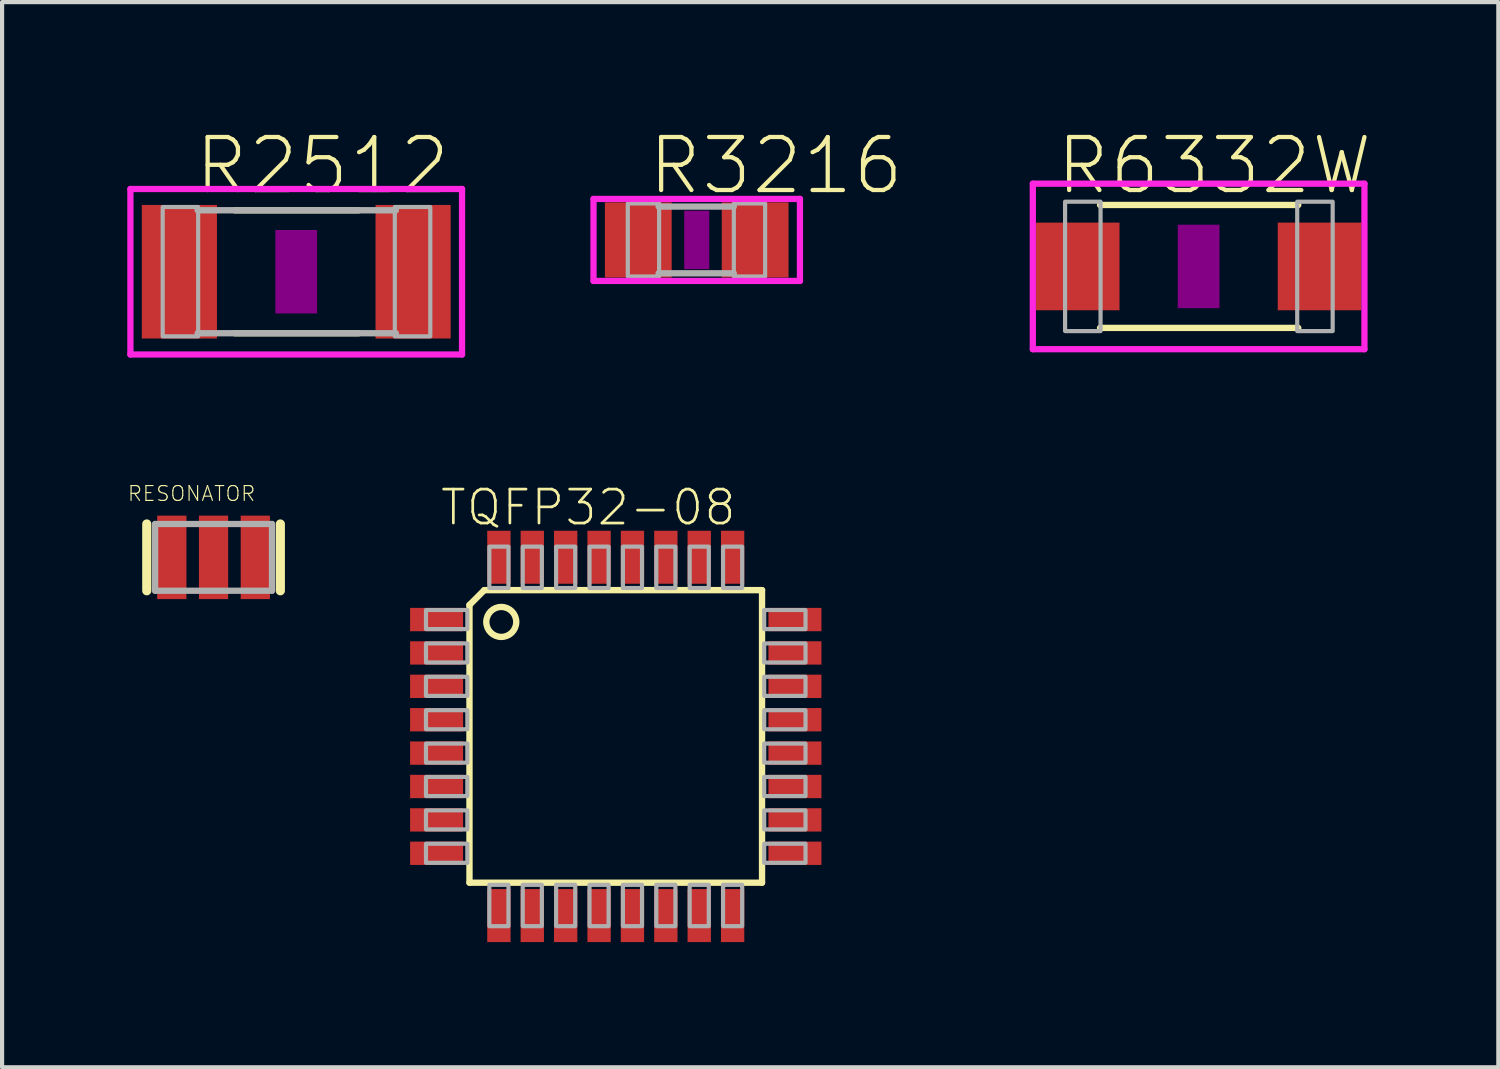
<source format=kicad_pcb>
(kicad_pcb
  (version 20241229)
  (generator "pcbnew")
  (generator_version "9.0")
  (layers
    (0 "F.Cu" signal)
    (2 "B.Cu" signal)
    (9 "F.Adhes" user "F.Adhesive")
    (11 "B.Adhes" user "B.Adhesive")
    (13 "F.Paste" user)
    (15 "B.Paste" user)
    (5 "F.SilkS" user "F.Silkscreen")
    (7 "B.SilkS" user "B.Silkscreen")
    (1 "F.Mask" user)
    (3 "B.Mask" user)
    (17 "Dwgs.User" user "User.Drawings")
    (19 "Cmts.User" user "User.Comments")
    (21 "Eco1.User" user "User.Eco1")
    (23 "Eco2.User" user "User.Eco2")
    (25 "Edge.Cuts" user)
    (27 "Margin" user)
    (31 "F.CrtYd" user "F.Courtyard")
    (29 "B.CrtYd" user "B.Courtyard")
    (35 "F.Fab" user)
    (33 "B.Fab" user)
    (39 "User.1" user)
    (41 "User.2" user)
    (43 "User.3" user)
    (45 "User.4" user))
  (footprint "R2512"
    (layer "F.Cu")
    (at 4.048 3.461)
    (property "Reference" "R2512" (at 0.629 -2.54 0) (layer "F.SilkS") (effects (font (size 1.27 1.27) (thickness 0.102))))
    (attr through_hole)
    (fp_line (start -1.473 -1.473) (end 1.498 -1.473) (stroke (width 0.152) (type solid)) (layer "F.SilkS"))
    (fp_line (start -1.473 1.473) (end 1.498 1.473) (stroke (width 0.152) (type solid)) (layer "F.SilkS"))
    (fp_poly (pts (xy -0.5 -1) (xy 0.5 -1) (xy 0.5 1) (xy -0.5 1)) (stroke (width 0) (type solid)) (fill yes) (layer "F.Adhes"))
    (fp_line (start -3.973 -1.983) (end 3.973 -1.983) (stroke (width 0.15) (type solid)) (layer "F.CrtYd"))
    (fp_line (start -3.973 1.983) (end -3.973 -1.983) (stroke (width 0.15) (type solid)) (layer "F.CrtYd"))
    (fp_line (start 3.973 -1.983) (end 3.973 1.983) (stroke (width 0.15) (type solid)) (layer "F.CrtYd"))
    (fp_line (start 3.973 1.983) (end -3.973 1.983) (stroke (width 0.15) (type solid)) (layer "F.CrtYd"))
    (fp_line (start -2.362 -1.473) (end 2.387 -1.473) (stroke (width 0.152) (type solid)) (layer "F.Fab"))
    (fp_line (start -2.362 1.473) (end 2.387 1.473) (stroke (width 0.152) (type solid)) (layer "F.Fab"))
    (fp_poly (pts (xy -3.2 -1.551) (xy -2.35 -1.551) (xy -2.35 1.549) (xy -3.2 1.549)) (stroke (width 0.1) (type solid)) (fill no) (layer "F.Fab"))
    (fp_poly (pts (xy 2.362 -1.551) (xy 3.212 -1.551) (xy 3.212 1.549) (xy 2.362 1.549)) (stroke (width 0.1) (type solid)) (fill no) (layer "F.Fab"))
    (pad "1" smd rect (at -2.8 0) (size 1.8 3.2) (layers "F.Cu" "F.Mask" "F.Paste"))
    (pad "2" smd rect (at 2.8 0) (size 1.8 3.2) (layers "F.Cu" "F.Mask" "F.Paste")))
  (footprint "TQFP32-08"
    (layer "F.Cu")
    (at 11.704 14.595)
    (property "Reference" "TQFP32-08" (at -0.659 -5.486 0) (layer "F.SilkS") (effects (font (size 0.813 0.813) (thickness 0.065))))
    (attr through_hole)
    (fp_line (start -3.505 3.505) (end -3.505 -3.15) (stroke (width 0.152) (type solid)) (layer "F.SilkS"))
    (fp_line (start -3.15 -3.505) (end -3.505 -3.15) (stroke (width 0.152) (type solid)) (layer "F.SilkS"))
    (fp_line (start -3.15 -3.505) (end 3.505 -3.505) (stroke (width 0.152) (type solid)) (layer "F.SilkS"))
    (fp_line (start 3.505 -3.505) (end 3.505 3.505) (stroke (width 0.152) (type solid)) (layer "F.SilkS"))
    (fp_line (start 3.505 3.505) (end -3.505 3.505) (stroke (width 0.152) (type solid)) (layer "F.SilkS"))
    (fp_circle (center -2.743 -2.743) (end -2.384 -2.743) (stroke (width 0.152) (type solid)) (fill no) (layer "F.SilkS"))
    (fp_poly (pts (xy -4.547 -3.029) (xy -3.556 -3.029) (xy -3.556 -2.571) (xy -4.547 -2.571)) (stroke (width 0.1) (type solid)) (fill no) (layer "F.Fab"))
    (fp_poly (pts (xy -4.547 -2.229) (xy -3.556 -2.229) (xy -3.556 -1.771) (xy -4.547 -1.771)) (stroke (width 0.1) (type solid)) (fill no) (layer "F.Fab"))
    (fp_poly (pts (xy -4.547 -1.429) (xy -3.556 -1.429) (xy -3.556 -0.971) (xy -4.547 -0.971)) (stroke (width 0.1) (type solid)) (fill no) (layer "F.Fab"))
    (fp_poly (pts (xy -4.547 -0.629) (xy -3.556 -0.629) (xy -3.556 -0.171) (xy -4.547 -0.171)) (stroke (width 0.1) (type solid)) (fill no) (layer "F.Fab"))
    (fp_poly (pts (xy -4.547 0.171) (xy -3.556 0.171) (xy -3.556 0.629) (xy -4.547 0.629)) (stroke (width 0.1) (type solid)) (fill no) (layer "F.Fab"))
    (fp_poly (pts (xy -4.547 0.971) (xy -3.556 0.971) (xy -3.556 1.429) (xy -4.547 1.429)) (stroke (width 0.1) (type solid)) (fill no) (layer "F.Fab"))
    (fp_poly (pts (xy -4.547 1.771) (xy -3.556 1.771) (xy -3.556 2.229) (xy -4.547 2.229)) (stroke (width 0.1) (type solid)) (fill no) (layer "F.Fab"))
    (fp_poly (pts (xy -4.547 2.571) (xy -3.556 2.571) (xy -3.556 3.029) (xy -4.547 3.029)) (stroke (width 0.1) (type solid)) (fill no) (layer "F.Fab"))
    (fp_poly (pts (xy -3.029 -4.547) (xy -2.571 -4.547) (xy -2.571 -3.556) (xy -3.029 -3.556)) (stroke (width 0.1) (type solid)) (fill no) (layer "F.Fab"))
    (fp_poly (pts (xy -3.029 3.556) (xy -2.571 3.556) (xy -2.571 4.547) (xy -3.029 4.547)) (stroke (width 0.1) (type solid)) (fill no) (layer "F.Fab"))
    (fp_poly (pts (xy -2.229 -4.547) (xy -1.771 -4.547) (xy -1.771 -3.556) (xy -2.229 -3.556)) (stroke (width 0.1) (type solid)) (fill no) (layer "F.Fab"))
    (fp_poly (pts (xy -2.229 3.556) (xy -1.771 3.556) (xy -1.771 4.547) (xy -2.229 4.547)) (stroke (width 0.1) (type solid)) (fill no) (layer "F.Fab"))
    (fp_poly (pts (xy -1.429 -4.547) (xy -0.971 -4.547) (xy -0.971 -3.556) (xy -1.429 -3.556)) (stroke (width 0.1) (type solid)) (fill no) (layer "F.Fab"))
    (fp_poly (pts (xy -1.429 3.556) (xy -0.971 3.556) (xy -0.971 4.547) (xy -1.429 4.547)) (stroke (width 0.1) (type solid)) (fill no) (layer "F.Fab"))
    (fp_poly (pts (xy -0.629 -4.547) (xy -0.171 -4.547) (xy -0.171 -3.556) (xy -0.629 -3.556)) (stroke (width 0.1) (type solid)) (fill no) (layer "F.Fab"))
    (fp_poly (pts (xy -0.629 3.556) (xy -0.171 3.556) (xy -0.171 4.547) (xy -0.629 4.547)) (stroke (width 0.1) (type solid)) (fill no) (layer "F.Fab"))
    (fp_poly (pts (xy 0.171 -4.547) (xy 0.629 -4.547) (xy 0.629 -3.556) (xy 0.171 -3.556)) (stroke (width 0.1) (type solid)) (fill no) (layer "F.Fab"))
    (fp_poly (pts (xy 0.171 3.556) (xy 0.629 3.556) (xy 0.629 4.547) (xy 0.171 4.547)) (stroke (width 0.1) (type solid)) (fill no) (layer "F.Fab"))
    (fp_poly (pts (xy 0.971 -4.547) (xy 1.429 -4.547) (xy 1.429 -3.556) (xy 0.971 -3.556)) (stroke (width 0.1) (type solid)) (fill no) (layer "F.Fab"))
    (fp_poly (pts (xy 0.971 3.556) (xy 1.429 3.556) (xy 1.429 4.547) (xy 0.971 4.547)) (stroke (width 0.1) (type solid)) (fill no) (layer "F.Fab"))
    (fp_poly (pts (xy 1.771 -4.547) (xy 2.229 -4.547) (xy 2.229 -3.556) (xy 1.771 -3.556)) (stroke (width 0.1) (type solid)) (fill no) (layer "F.Fab"))
    (fp_poly (pts (xy 1.771 3.556) (xy 2.229 3.556) (xy 2.229 4.547) (xy 1.771 4.547)) (stroke (width 0.1) (type solid)) (fill no) (layer "F.Fab"))
    (fp_poly (pts (xy 2.571 -4.547) (xy 3.029 -4.547) (xy 3.029 -3.556) (xy 2.571 -3.556)) (stroke (width 0.1) (type solid)) (fill no) (layer "F.Fab"))
    (fp_poly (pts (xy 2.571 3.556) (xy 3.029 3.556) (xy 3.029 4.547) (xy 2.571 4.547)) (stroke (width 0.1) (type solid)) (fill no) (layer "F.Fab"))
    (fp_poly (pts (xy 3.556 -3.029) (xy 4.547 -3.029) (xy 4.547 -2.571) (xy 3.556 -2.571)) (stroke (width 0.1) (type solid)) (fill no) (layer "F.Fab"))
    (fp_poly (pts (xy 3.556 -2.229) (xy 4.547 -2.229) (xy 4.547 -1.771) (xy 3.556 -1.771)) (stroke (width 0.1) (type solid)) (fill no) (layer "F.Fab"))
    (fp_poly (pts (xy 3.556 -1.429) (xy 4.547 -1.429) (xy 4.547 -0.971) (xy 3.556 -0.971)) (stroke (width 0.1) (type solid)) (fill no) (layer "F.Fab"))
    (fp_poly (pts (xy 3.556 -0.629) (xy 4.547 -0.629) (xy 4.547 -0.171) (xy 3.556 -0.171)) (stroke (width 0.1) (type solid)) (fill no) (layer "F.Fab"))
    (fp_poly (pts (xy 3.556 0.171) (xy 4.547 0.171) (xy 4.547 0.629) (xy 3.556 0.629)) (stroke (width 0.1) (type solid)) (fill no) (layer "F.Fab"))
    (fp_poly (pts (xy 3.556 0.971) (xy 4.547 0.971) (xy 4.547 1.429) (xy 3.556 1.429)) (stroke (width 0.1) (type solid)) (fill no) (layer "F.Fab"))
    (fp_poly (pts (xy 3.556 1.771) (xy 4.547 1.771) (xy 4.547 2.229) (xy 3.556 2.229)) (stroke (width 0.1) (type solid)) (fill no) (layer "F.Fab"))
    (fp_poly (pts (xy 3.556 2.571) (xy 4.547 2.571) (xy 4.547 3.029) (xy 3.556 3.029)) (stroke (width 0.1) (type solid)) (fill no) (layer "F.Fab"))
    (pad "1" smd rect (at -4.293 -2.8) (size 1.27 0.559) (layers "F.Cu" "F.Mask" "F.Paste"))
    (pad "2" smd rect (at -4.293 -2) (size 1.27 0.559) (layers "F.Cu" "F.Mask" "F.Paste"))
    (pad "3" smd rect (at -4.293 -1.2) (size 1.27 0.559) (layers "F.Cu" "F.Mask" "F.Paste"))
    (pad "4" smd rect (at -4.293 -0.4) (size 1.27 0.559) (layers "F.Cu" "F.Mask" "F.Paste"))
    (pad "5" smd rect (at -4.293 0.4) (size 1.27 0.559) (layers "F.Cu" "F.Mask" "F.Paste"))
    (pad "6" smd rect (at -4.293 1.2) (size 1.27 0.559) (layers "F.Cu" "F.Mask" "F.Paste"))
    (pad "7" smd rect (at -4.293 2) (size 1.27 0.559) (layers "F.Cu" "F.Mask" "F.Paste"))
    (pad "8" smd rect (at -4.293 2.8) (size 1.27 0.559) (layers "F.Cu" "F.Mask" "F.Paste"))
    (pad "9" smd rect (at -2.8 4.293) (size 0.559 1.27) (layers "F.Cu" "F.Mask" "F.Paste"))
    (pad "10" smd rect (at -2 4.293) (size 0.559 1.27) (layers "F.Cu" "F.Mask" "F.Paste"))
    (pad "11" smd rect (at -1.2 4.293) (size 0.559 1.27) (layers "F.Cu" "F.Mask" "F.Paste"))
    (pad "12" smd rect (at -0.4 4.293) (size 0.559 1.27) (layers "F.Cu" "F.Mask" "F.Paste"))
    (pad "13" smd rect (at 0.4 4.293) (size 0.559 1.27) (layers "F.Cu" "F.Mask" "F.Paste"))
    (pad "14" smd rect (at 1.2 4.293) (size 0.559 1.27) (layers "F.Cu" "F.Mask" "F.Paste"))
    (pad "15" smd rect (at 2 4.293) (size 0.559 1.27) (layers "F.Cu" "F.Mask" "F.Paste"))
    (pad "16" smd rect (at 2.8 4.293) (size 0.559 1.27) (layers "F.Cu" "F.Mask" "F.Paste"))
    (pad "17" smd rect (at 4.293 2.8) (size 1.27 0.559) (layers "F.Cu" "F.Mask" "F.Paste"))
    (pad "18" smd rect (at 4.293 2) (size 1.27 0.559) (layers "F.Cu" "F.Mask" "F.Paste"))
    (pad "19" smd rect (at 4.293 1.2) (size 1.27 0.559) (layers "F.Cu" "F.Mask" "F.Paste"))
    (pad "20" smd rect (at 4.293 0.4) (size 1.27 0.559) (layers "F.Cu" "F.Mask" "F.Paste"))
    (pad "21" smd rect (at 4.293 -0.4) (size 1.27 0.559) (layers "F.Cu" "F.Mask" "F.Paste"))
    (pad "22" smd rect (at 4.293 -1.2) (size 1.27 0.559) (layers "F.Cu" "F.Mask" "F.Paste"))
    (pad "23" smd rect (at 4.293 -2) (size 1.27 0.559) (layers "F.Cu" "F.Mask" "F.Paste"))
    (pad "24" smd rect (at 4.293 -2.8) (size 1.27 0.559) (layers "F.Cu" "F.Mask" "F.Paste"))
    (pad "25" smd rect (at 2.8 -4.293) (size 0.559 1.27) (layers "F.Cu" "F.Mask" "F.Paste"))
    (pad "26" smd rect (at 2 -4.293) (size 0.559 1.27) (layers "F.Cu" "F.Mask" "F.Paste"))
    (pad "27" smd rect (at 1.2 -4.293) (size 0.559 1.27) (layers "F.Cu" "F.Mask" "F.Paste"))
    (pad "28" smd rect (at 0.4 -4.293) (size 0.559 1.27) (layers "F.Cu" "F.Mask" "F.Paste"))
    (pad "29" smd rect (at -0.4 -4.293) (size 0.559 1.27) (layers "F.Cu" "F.Mask" "F.Paste"))
    (pad "30" smd rect (at -1.2 -4.293) (size 0.559 1.27) (layers "F.Cu" "F.Mask" "F.Paste"))
    (pad "31" smd rect (at -2 -4.293) (size 0.559 1.27) (layers "F.Cu" "F.Mask" "F.Paste"))
    (pad "32" smd rect (at -2.8 -4.293) (size 0.559 1.27) (layers "F.Cu" "F.Mask" "F.Paste")))
  (footprint "R3216"
    (layer "F.Cu")
    (at 13.644 2.699)
    (property "Reference" "R3216" (at 1.899 -1.778 0) (layer "F.SilkS") (effects (font (size 1.27 1.27) (thickness 0.102))))
    (attr through_hole)
    (fp_poly (pts (xy -0.3 -0.7) (xy 0.3 -0.7) (xy 0.3 0.7) (xy -0.3 0.7)) (stroke (width 0) (type solid)) (fill yes) (layer "F.Adhes"))
    (fp_line (start -2.473 -0.983) (end 2.473 -0.983) (stroke (width 0.15) (type solid)) (layer "F.CrtYd"))
    (fp_line (start -2.473 0.983) (end -2.473 -0.983) (stroke (width 0.15) (type solid)) (layer "F.CrtYd"))
    (fp_line (start 2.473 -0.983) (end 2.473 0.983) (stroke (width 0.15) (type solid)) (layer "F.CrtYd"))
    (fp_line (start 2.473 0.983) (end -2.473 0.983) (stroke (width 0.15) (type solid)) (layer "F.CrtYd"))
    (fp_line (start -0.913 -0.8) (end 0.888 -0.8) (stroke (width 0.152) (type solid)) (layer "F.Fab"))
    (fp_line (start -0.913 0.8) (end 0.888 0.8) (stroke (width 0.152) (type solid)) (layer "F.Fab"))
    (fp_poly (pts (xy -1.651 -0.874) (xy -0.901 -0.874) (xy -0.901 0.876) (xy -1.651 0.876)) (stroke (width 0.1) (type solid)) (fill no) (layer "F.Fab"))
    (fp_poly (pts (xy 0.889 -0.874) (xy 1.639 -0.874) (xy 1.639 0.876) (xy 0.889 0.876)) (stroke (width 0.1) (type solid)) (fill no) (layer "F.Fab"))
    (pad "1" smd rect (at -1.4 0) (size 1.6 1.8) (layers "F.Cu" "F.Mask" "F.Paste"))
    (pad "2" smd rect (at 1.4 0) (size 1.6 1.8) (layers "F.Cu" "F.Mask" "F.Paste")))
  (footprint "R6332W"
    (layer "F.Cu")
    (at 25.67 3.334)
    (property "Reference" "R6332W" (at 0.375 -2.413 0) (layer "F.SilkS") (effects (font (size 1.27 1.27) (thickness 0.102))))
    (attr through_hole)
    (fp_line (start -2.362 -1.473) (end 2.387 -1.473) (stroke (width 0.152) (type solid)) (layer "F.SilkS"))
    (fp_line (start -2.362 1.473) (end 2.387 1.473) (stroke (width 0.152) (type solid)) (layer "F.SilkS"))
    (fp_poly (pts (xy -0.5 -1) (xy 0.5 -1) (xy 0.5 1) (xy -0.5 1)) (stroke (width 0) (type solid)) (fill yes) (layer "F.Adhes"))
    (fp_line (start -3.973 -1.983) (end 3.973 -1.983) (stroke (width 0.15) (type solid)) (layer "F.CrtYd"))
    (fp_line (start -3.973 1.983) (end -3.973 -1.983) (stroke (width 0.15) (type solid)) (layer "F.CrtYd"))
    (fp_line (start 3.973 -1.983) (end 3.973 1.983) (stroke (width 0.15) (type solid)) (layer "F.CrtYd"))
    (fp_line (start 3.973 1.983) (end -3.973 1.983) (stroke (width 0.15) (type solid)) (layer "F.CrtYd"))
    (fp_poly (pts (xy -3.2 -1.551) (xy -2.35 -1.551) (xy -2.35 1.549) (xy -3.2 1.549)) (stroke (width 0.1) (type solid)) (fill no) (layer "F.Fab"))
    (fp_poly (pts (xy 2.362 -1.551) (xy 3.212 -1.551) (xy 3.212 1.549) (xy 2.362 1.549)) (stroke (width 0.1) (type solid)) (fill no) (layer "F.Fab"))
    (pad "1" smd rect (at -2.896 0) (size 2 2.1) (layers "F.Cu" "F.Mask" "F.Paste"))
    (pad "2" smd rect (at 2.896 0) (size 2 2.1) (layers "F.Cu" "F.Mask" "F.Paste")))
  (footprint "RESONATOR"
    (layer "F.Cu")
    (at 2.067 10.305)
    (property "Reference" "RESONATOR" (at -0.527 -1.528 0) (layer "F.SilkS") (effects (font (size 0.356 0.356) (thickness 0.028))))
    (attr through_hole)
    (fp_line (start -1.6 -0.8) (end -1.6 0.8) (stroke (width 0.22) (type solid)) (layer "F.SilkS"))
    (fp_line (start 1.6 -0.8) (end 1.6 0.8) (stroke (width 0.22) (type solid)) (layer "F.SilkS"))
    (fp_line (start -1.4 -0.8) (end 1.4 -0.8) (stroke (width 0.15) (type solid)) (layer "F.Fab"))
    (fp_line (start -1.4 0.8) (end -1.4 -0.8) (stroke (width 0.15) (type solid)) (layer "F.Fab"))
    (fp_line (start 1.4 -0.8) (end 1.4 0.8) (stroke (width 0.15) (type solid)) (layer "F.Fab"))
    (fp_line (start 1.4 0.8) (end -1.4 0.8) (stroke (width 0.15) (type solid)) (layer "F.Fab"))
    (pad "1" smd rect (at -1 0) (size 0.7 2) (layers "F.Cu" "F.Mask" "F.Paste"))
    (pad "2" smd rect (at 0 0) (size 0.7 2) (layers "F.Cu" "F.Mask" "F.Paste"))
    (pad "3" smd rect (at 1 0) (size 0.7 2) (layers "F.Cu" "F.Mask" "F.Paste")))
  (gr_rect
    (start -3 -3)
    (end 32.851 22.523)
    (stroke (width 0.1) (type default))
    (fill no)
    (layer "Edge.Cuts")))
</source>
